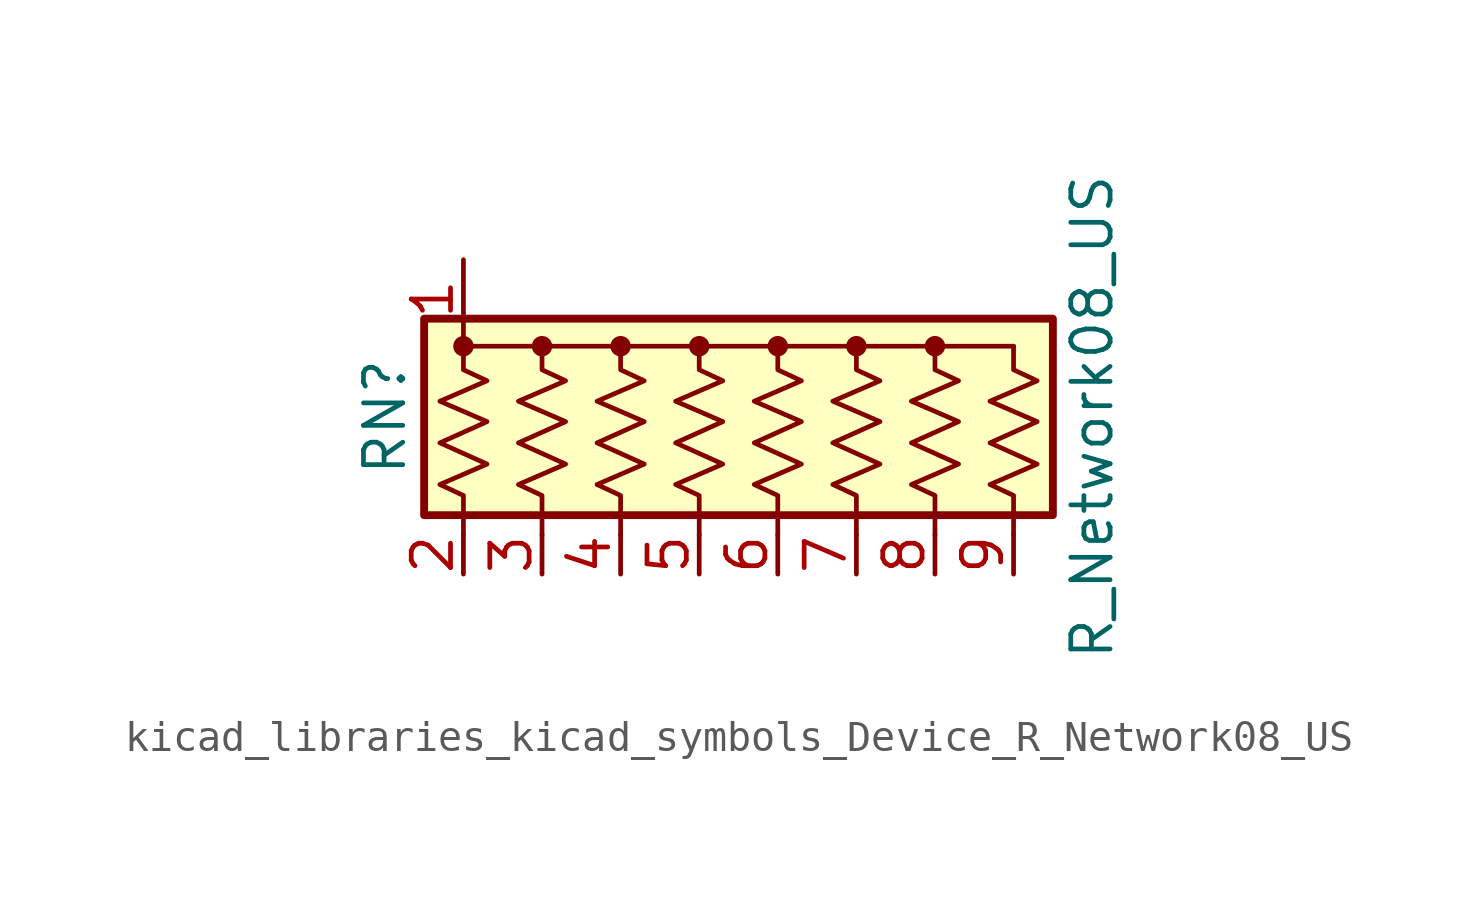
<source format=kicad_sym>
(kicad_symbol_lib
  (version 20220914)
  (generator kicad_symbol_editor)
  (symbol "kicad_libraries_kicad_symbols_Device_R_Network08_US"
    (pin_names
      (offset 0) hide)
    (property "Reference" "RN"
      (at -12.7 0 90)
      (effects (font (size 1.27 1.27))))
    (property "Value" "R_Network08_US"
      (at 10.16 0 90)
      (effects (font (size 1.27 1.27))))
    (symbol "kicad_libraries_kicad_symbols_Device_R_Network08_US_0_1"
      (rectangle (start -11.43 -3.175) (end 8.89 3.175) (stroke (width 0.254) (type default)) (fill (type background)))
      (circle (center -10.16 2.286) (radius 0.254) (stroke (width 0) (type default)) (fill (type outline)))
      (circle (center -7.62 2.286) (radius 0.254) (stroke (width 0) (type default)) (fill (type outline)))
      (circle (center -5.08 2.286) (radius 0.254) (stroke (width 0) (type default)) (fill (type outline)))
      (circle (center -2.54 2.286) (radius 0.254) (stroke (width 0) (type default)) (fill (type outline)))
      (polyline (pts (xy -10.16 2.286) (xy 7.62 2.286)) (stroke (width 0) (type default)) (fill (type none)))
      (polyline (pts (xy -10.16 2.286) (xy -10.16 1.524) (xy -9.398 1.168) (xy -10.922 0.508) (xy -9.398 -0.152) (xy -10.922 -0.838) (xy -9.398 -1.524) (xy -10.922 -2.184) (xy -10.16 -2.54) (xy -10.16 -3.81)) (stroke (width 0) (type default)) (fill (type none)))
      (polyline (pts (xy -7.62 2.286) (xy -7.62 1.524) (xy -6.858 1.168) (xy -8.382 0.508) (xy -6.858 -0.152) (xy -8.382 -0.838) (xy -6.858 -1.524) (xy -8.382 -2.184) (xy -7.62 -2.54) (xy -7.62 -3.81)) (stroke (width 0) (type default)) (fill (type none)))
      (polyline (pts (xy -5.08 2.286) (xy -5.08 1.524) (xy -4.318 1.168) (xy -5.842 0.508) (xy -4.318 -0.152) (xy -5.842 -0.838) (xy -4.318 -1.524) (xy -5.842 -2.184) (xy -5.08 -2.54) (xy -5.08 -3.81)) (stroke (width 0) (type default)) (fill (type none)))
      (polyline (pts (xy -2.54 2.286) (xy -2.54 1.524) (xy -1.778 1.168) (xy -3.302 0.508) (xy -1.778 -0.152) (xy -3.302 -0.838) (xy -1.778 -1.524) (xy -3.302 -2.184) (xy -2.54 -2.54) (xy -2.54 -3.81)) (stroke (width 0) (type default)) (fill (type none)))
      (polyline (pts (xy 0 2.286) (xy 0 1.524) (xy 0.762 1.168) (xy -0.762 0.508) (xy 0.762 -0.152) (xy -0.762 -0.838) (xy 0.762 -1.524) (xy -0.762 -2.184) (xy 0 -2.54) (xy 0 -3.81)) (stroke (width 0) (type default)) (fill (type none)))
      (polyline (pts (xy 2.54 2.286) (xy 2.54 1.524) (xy 3.302 1.168) (xy 1.778 0.508) (xy 3.302 -0.152) (xy 1.778 -0.838) (xy 3.302 -1.524) (xy 1.778 -2.184) (xy 2.54 -2.54) (xy 2.54 -3.81)) (stroke (width 0) (type default)) (fill (type none)))
      (polyline (pts (xy 5.08 2.286) (xy 5.08 1.524) (xy 5.842 1.168) (xy 4.318 0.508) (xy 5.842 -0.152) (xy 4.318 -0.838) (xy 5.842 -1.524) (xy 4.318 -2.184) (xy 5.08 -2.54) (xy 5.08 -3.81)) (stroke (width 0) (type default)) (fill (type none)))
      (polyline (pts (xy 7.62 2.286) (xy 7.62 1.524) (xy 8.382 1.168) (xy 6.858 0.508) (xy 8.382 -0.152) (xy 6.858 -0.838) (xy 8.382 -1.524) (xy 6.858 -2.184) (xy 7.62 -2.54) (xy 7.62 -3.81)) (stroke (width 0) (type default)) (fill (type none)))
      (circle (center 0 2.286) (radius 0.254) (stroke (width 0) (type default)) (fill (type outline)))
      (circle (center 2.54 2.286) (radius 0.254) (stroke (width 0) (type default)) (fill (type outline)))
      (circle (center 5.08 2.286) (radius 0.254) (stroke (width 0) (type default)) (fill (type outline))))
    (symbol "kicad_libraries_kicad_symbols_Device_R_Network08_US_1_1"
      (pin passive line (at -10.16 5.08 270) (length 2.54) (name "common" (effects (font (size 1.27 1.27)))) (number "1" (effects (font (size 1.27 1.27)))))
      (pin passive line (at -10.16 -5.08 90) (length 1.27) (name "R1" (effects (font (size 1.27 1.27)))) (number "2" (effects (font (size 1.27 1.27)))))
      (pin passive line (at -7.62 -5.08 90) (length 1.27) (name "R2" (effects (font (size 1.27 1.27)))) (number "3" (effects (font (size 1.27 1.27)))))
      (pin passive line (at -5.08 -5.08 90) (length 1.27) (name "R3" (effects (font (size 1.27 1.27)))) (number "4" (effects (font (size 1.27 1.27)))))
      (pin passive line (at -2.54 -5.08 90) (length 1.27) (name "R4" (effects (font (size 1.27 1.27)))) (number "5" (effects (font (size 1.27 1.27)))))
      (pin passive line (at 0 -5.08 90) (length 1.27) (name "R5" (effects (font (size 1.27 1.27)))) (number "6" (effects (font (size 1.27 1.27)))))
      (pin passive line (at 2.54 -5.08 90) (length 1.27) (name "R6" (effects (font (size 1.27 1.27)))) (number "7" (effects (font (size 1.27 1.27)))))
      (pin passive line (at 5.08 -5.08 90) (length 1.27) (name "R7" (effects (font (size 1.27 1.27)))) (number "8" (effects (font (size 1.27 1.27)))))
      (pin passive line (at 7.62 -5.08 90) (length 1.27) (name "R8" (effects (font (size 1.27 1.27)))) (number "9" (effects (font (size 1.27 1.27))))))))
</source>
